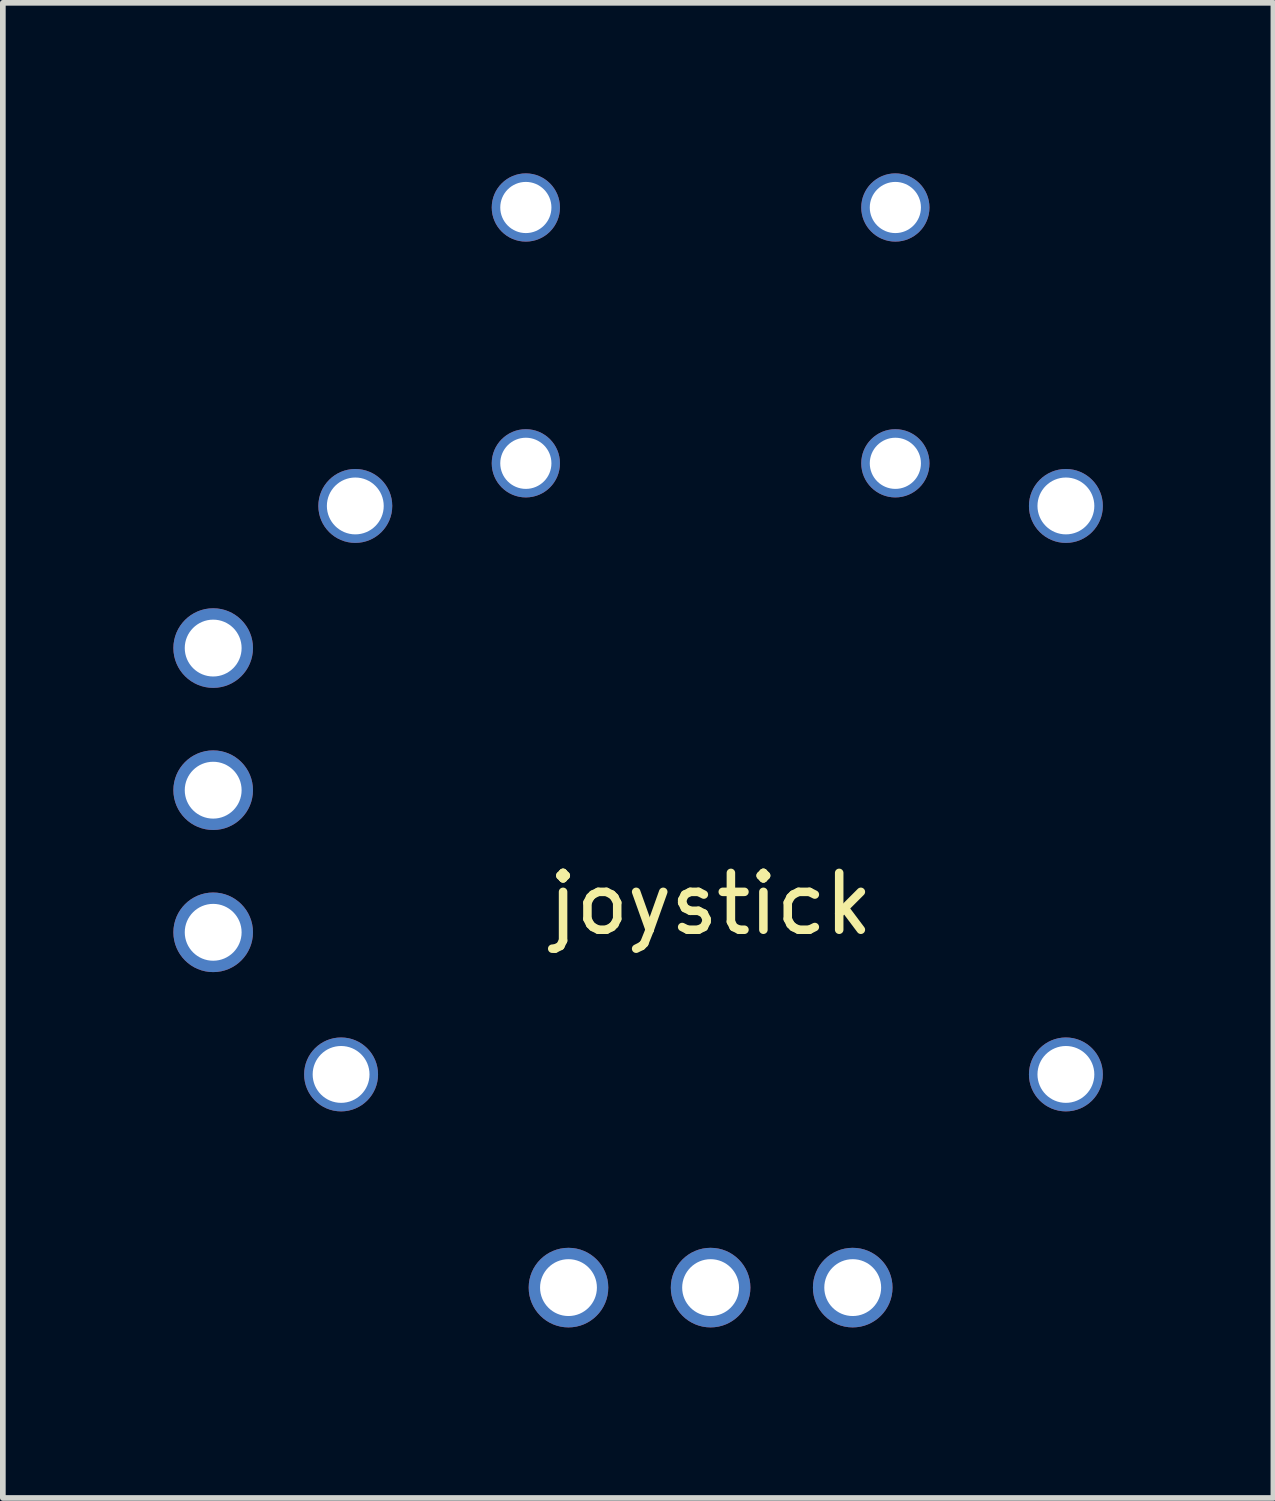
<source format=kicad_pcb>
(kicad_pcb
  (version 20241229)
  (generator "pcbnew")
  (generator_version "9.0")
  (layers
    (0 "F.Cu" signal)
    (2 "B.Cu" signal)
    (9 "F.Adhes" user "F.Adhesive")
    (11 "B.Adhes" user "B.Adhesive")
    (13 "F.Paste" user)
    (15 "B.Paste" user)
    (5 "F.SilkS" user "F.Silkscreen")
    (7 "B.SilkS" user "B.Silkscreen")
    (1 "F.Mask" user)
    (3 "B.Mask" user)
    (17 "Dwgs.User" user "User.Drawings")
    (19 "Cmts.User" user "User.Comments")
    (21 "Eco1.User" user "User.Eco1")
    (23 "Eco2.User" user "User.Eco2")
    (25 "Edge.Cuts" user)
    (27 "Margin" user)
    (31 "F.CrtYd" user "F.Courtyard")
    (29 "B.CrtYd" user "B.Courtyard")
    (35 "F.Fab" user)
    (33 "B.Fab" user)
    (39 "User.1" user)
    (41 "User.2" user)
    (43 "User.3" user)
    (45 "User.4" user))
  (footprint "joystick"
    (layer "F.Cu")
    (at 9.45 12.35)
    (property "Reference" "joystick" (at 0 0.5 0) (layer "F.SilkS") (effects (font (size 1 1) (thickness 0.15))))
    (attr through_hole)
    (pad "" np_thru_hole circle (at -6.5 3.5) (size 1.3 1.3) (drill 1) (layers "*.Cu" "*.Mask"))
    (pad "" np_thru_hole circle (at -6.25 -6.5) (size 1.3 1.3) (drill 1) (layers "*.Cu" "*.Mask"))
    (pad "" np_thru_hole circle (at 6.25 -6.5) (size 1.3 1.3) (drill 1) (layers "*.Cu" "*.Mask"))
    (pad "" np_thru_hole circle (at 6.25 3.5) (size 1.3 1.3) (drill 1) (layers "*.Cu" "*.Mask"))
    (pad "1" thru_hole circle (at -3.25 -11.75) (size 1.2 1.2) (drill 0.9) (layers "*.Cu" "*.Mask"))
    (pad "2" thru_hole circle (at 3.25 -11.75) (size 1.2 1.2) (drill 0.9) (layers "*.Cu" "*.Mask"))
    (pad "3" thru_hole circle (at -3.25 -7.25) (size 1.2 1.2) (drill 0.9) (layers "*.Cu" "*.Mask"))
    (pad "4" thru_hole circle (at 3.25 -7.25) (size 1.2 1.2) (drill 0.9) (layers "*.Cu" "*.Mask"))
    (pad "5" thru_hole circle (at -8.75 -4) (size 1.4 1.4) (drill 1) (layers "*.Cu" "*.Mask"))
    (pad "6" thru_hole circle (at -8.75 -1.5) (size 1.4 1.4) (drill 1) (layers "*.Cu" "*.Mask"))
    (pad "7" thru_hole circle (at -8.75 1) (size 1.4 1.4) (drill 1) (layers "*.Cu" "*.Mask"))
    (pad "8" thru_hole circle (at -2.5 7.25) (size 1.4 1.4) (drill 1) (layers "*.Cu" "*.Mask"))
    (pad "9" thru_hole circle (at 0 7.25) (size 1.4 1.4) (drill 1) (layers "*.Cu" "*.Mask"))
    (pad "10" thru_hole circle (at 2.5 7.25) (size 1.4 1.4) (drill 1) (layers "*.Cu" "*.Mask")))
  (gr_rect
    (start -3 -3)
    (end 19.35 23.3)
    (stroke (width 0.1) (type default))
    (fill no)
    (layer "Edge.Cuts")))
</source>
